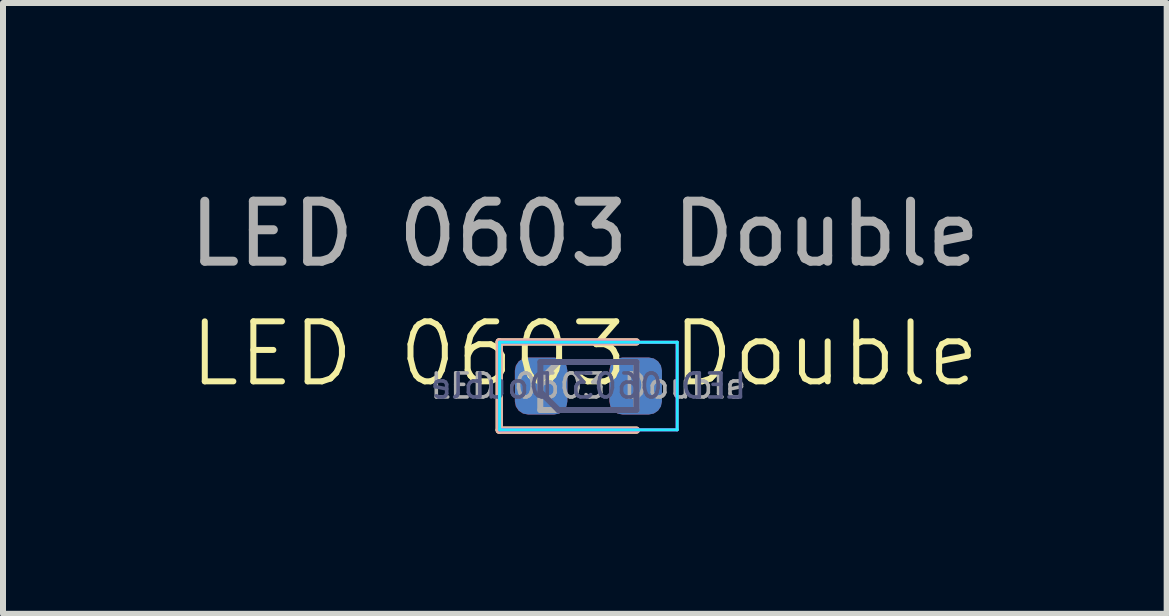
<source format=kicad_pcb>
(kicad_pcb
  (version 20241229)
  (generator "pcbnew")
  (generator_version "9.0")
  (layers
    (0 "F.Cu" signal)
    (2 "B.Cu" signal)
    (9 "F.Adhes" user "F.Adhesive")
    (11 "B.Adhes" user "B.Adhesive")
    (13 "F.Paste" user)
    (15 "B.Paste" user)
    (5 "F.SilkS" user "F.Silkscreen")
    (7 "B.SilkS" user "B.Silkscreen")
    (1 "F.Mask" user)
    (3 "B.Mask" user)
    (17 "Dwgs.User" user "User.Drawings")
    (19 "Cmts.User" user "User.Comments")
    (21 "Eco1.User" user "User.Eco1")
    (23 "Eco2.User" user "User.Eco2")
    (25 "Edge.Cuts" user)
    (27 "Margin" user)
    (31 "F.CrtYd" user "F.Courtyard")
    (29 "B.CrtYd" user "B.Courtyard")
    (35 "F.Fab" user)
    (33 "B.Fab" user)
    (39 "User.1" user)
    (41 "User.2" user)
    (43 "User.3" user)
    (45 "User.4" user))
  (footprint "LED 0603 Double"
    (layer "F.Cu")
    (at 6.696 3.348)
    (property "Reference" "LED 0603 Double" (at 0 -0.5 0) (unlocked yes) (layer "F.SilkS") (effects (font (size 1 1) (thickness 0.1))))
    (attr smd)
    (fp_line (start -1.427 -0.7) (end -1.427 0.77) (stroke (width 0.12) (type solid)) (layer "F.SilkS"))
    (fp_line (start -1.427 0.77) (end 0.858 0.77) (stroke (width 0.12) (type solid)) (layer "F.SilkS"))
    (fp_line (start 0.858 -0.7) (end -1.427 -0.7) (stroke (width 0.12) (type solid)) (layer "F.SilkS"))
    (fp_line (start -1.425 -0.7) (end 0.86 -0.7) (stroke (width 0.12) (type solid)) (layer "B.SilkS"))
    (fp_line (start -1.425 0.77) (end -1.425 -0.7) (stroke (width 0.12) (type solid)) (layer "B.SilkS"))
    (fp_line (start 0.86 0.77) (end -1.425 0.77) (stroke (width 0.12) (type solid)) (layer "B.SilkS"))
    (fp_line (start -1.42 -0.695) (end -1.42 0.765) (stroke (width 0.05) (type solid)) (layer "B.CrtYd"))
    (fp_line (start -1.42 0.765) (end 1.54 0.765) (stroke (width 0.05) (type solid)) (layer "B.CrtYd"))
    (fp_line (start 1.54 -0.695) (end -1.42 -0.695) (stroke (width 0.05) (type solid)) (layer "B.CrtYd"))
    (fp_line (start 1.54 0.765) (end 1.54 -0.695) (stroke (width 0.05) (type solid)) (layer "B.CrtYd"))
    (fp_line (start -1.422 -0.695) (end 1.538 -0.695) (stroke (width 0.05) (type solid)) (layer "F.CrtYd"))
    (fp_line (start -1.422 0.765) (end -1.422 -0.695) (stroke (width 0.05) (type solid)) (layer "F.CrtYd"))
    (fp_line (start 1.538 -0.695) (end 1.538 0.765) (stroke (width 0.05) (type solid)) (layer "F.CrtYd"))
    (fp_line (start 1.538 0.765) (end -1.422 0.765) (stroke (width 0.05) (type solid)) (layer "F.CrtYd"))
    (fp_line (start -0.74 -0.365) (end 0.86 -0.365) (stroke (width 0.1) (type solid)) (layer "B.Fab"))
    (fp_line (start -0.74 0.135) (end -0.74 -0.365) (stroke (width 0.1) (type solid)) (layer "B.Fab"))
    (fp_line (start -0.44 0.435) (end -0.74 0.135) (stroke (width 0.1) (type solid)) (layer "B.Fab"))
    (fp_line (start 0.86 -0.365) (end 0.86 0.435) (stroke (width 0.1) (type solid)) (layer "B.Fab"))
    (fp_line (start 0.86 0.435) (end -0.44 0.435) (stroke (width 0.1) (type solid)) (layer "B.Fab"))
    (fp_line (start -0.742 -0.065) (end -0.742 0.435) (stroke (width 0.1) (type solid)) (layer "F.Fab"))
    (fp_line (start -0.742 0.435) (end 0.858 0.435) (stroke (width 0.1) (type solid)) (layer "F.Fab"))
    (fp_line (start -0.442 -0.365) (end -0.742 -0.065) (stroke (width 0.1) (type solid)) (layer "F.Fab"))
    (fp_line (start 0.858 -0.365) (end -0.442 -0.365) (stroke (width 0.1) (type solid)) (layer "F.Fab"))
    (fp_line (start 0.858 0.435) (end 0.858 -0.365) (stroke (width 0.1) (type solid)) (layer "F.Fab"))
    (fp_text user "${REFERENCE}" (at 0.06 0.035 180) (layer "B.Fab") (effects (font (size 0.4 0.4) (thickness 0.06)) (justify mirror)))
    (fp_text user "${REFERENCE}" (at 0.058 0.035 0) (layer "F.Fab") (effects (font (size 0.4 0.4) (thickness 0.06))))
    (fp_text user "${REFERENCE}" (at 0 -2.5 0) (unlocked yes) (layer "F.Fab") (effects (font (size 1 1) (thickness 0.15))))
    (pad "1" smd roundrect (at -0.729 0.035) (size 0.875 0.95) (layers "F.Cu" "F.Mask" "F.Paste") (roundrect_rratio 0.25))
    (pad "2" smd roundrect (at -0.727 0.035) (size 0.875 0.95) (layers "B.Cu" "B.Mask" "B.Paste") (roundrect_rratio 0.25))
    (pad "3" smd roundrect (at 0.846 0.035) (size 0.875 0.95) (layers "F.Cu" "F.Mask" "F.Paste") (roundrect_rratio 0.25))
    (pad "4" smd roundrect (at 0.848 0.035) (size 0.875 0.95) (layers "B.Cu" "B.Mask" "B.Paste") (roundrect_rratio 0.25)))
  (gr_rect
    (start -3 -3)
    (end 16.393 7.179)
    (stroke (width 0.1) (type default))
    (fill no)
    (layer "Edge.Cuts")))
</source>
